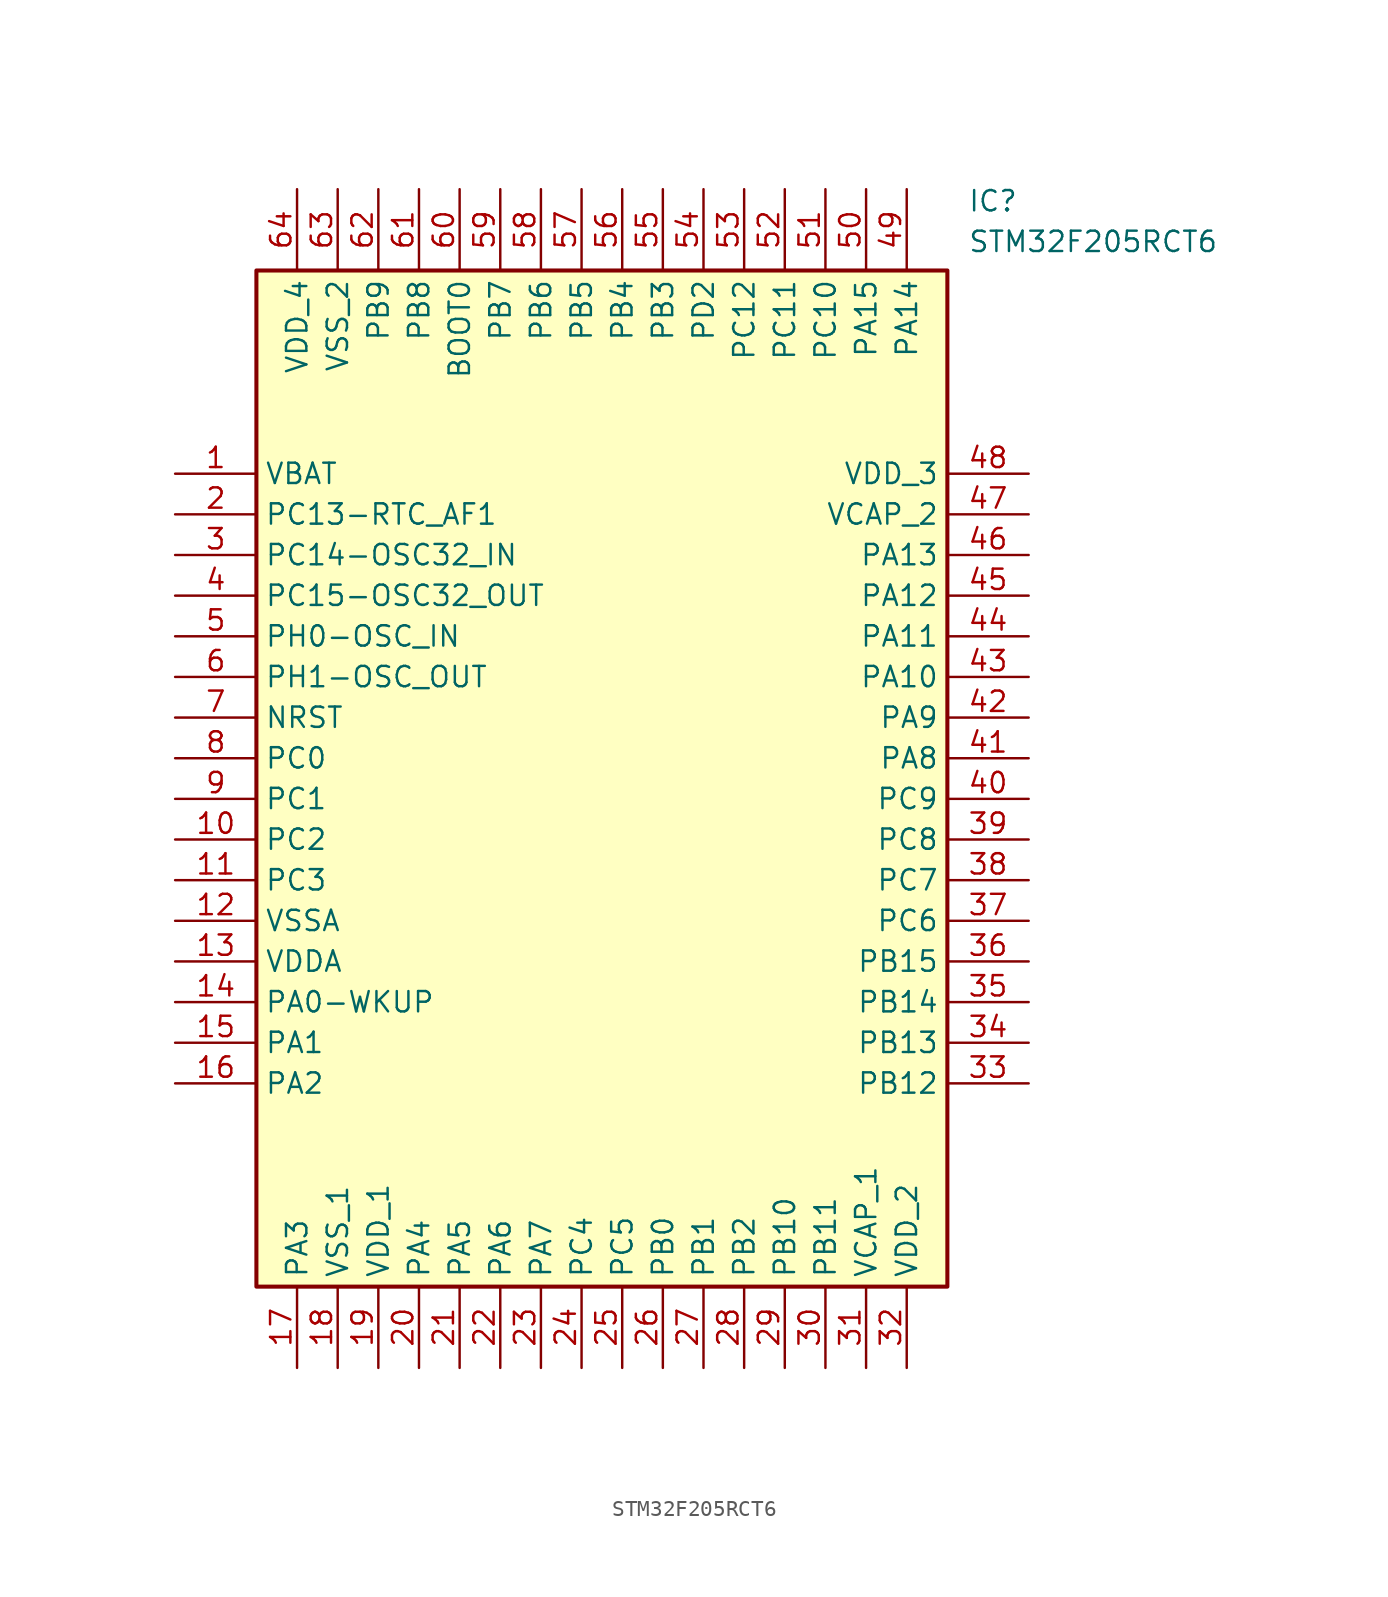
<source format=kicad_sym>
(kicad_symbol_lib
  (version 20211014)
  (generator SamacSys_ECAD_Model)
  (symbol "STM32F205RCT6"
    (property "Reference" "IC"
      (at 49.53 17.78 0)
      (effects (font (size 1.27 1.27)) (justify left top)))
    (property "Value" "STM32F205RCT6"
      (at 49.53 15.24 0)
      (effects (font (size 1.27 1.27)) (justify left top)))
    (rectangle
      (start 5.08 12.7)
      (end 48.26 -50.8)
      (stroke (width 0.254) (type default))
      (fill (type background)))
    (pin passive line
      (at 0 0 0)
      (length 5.08)
      (name "VBAT" (effects (font (size 1.27 1.27))))
      (number "1" (effects (font (size 1.27 1.27)))))
    (pin passive line
      (at 0 -2.54 0)
      (length 5.08)
      (name "PC13-RTC_AF1" (effects (font (size 1.27 1.27))))
      (number "2" (effects (font (size 1.27 1.27)))))
    (pin input line
      (at 0 -5.08 0)
      (length 5.08)
      (name "PC14-OSC32_IN" (effects (font (size 1.27 1.27))))
      (number "3" (effects (font (size 1.27 1.27)))))
    (pin output line
      (at 0 -7.62 0)
      (length 5.08)
      (name "PC15-OSC32_OUT" (effects (font (size 1.27 1.27))))
      (number "4" (effects (font (size 1.27 1.27)))))
    (pin input line
      (at 0 -10.16 0)
      (length 5.08)
      (name "PH0-OSC_IN" (effects (font (size 1.27 1.27))))
      (number "5" (effects (font (size 1.27 1.27)))))
    (pin output line
      (at 0 -12.7 0)
      (length 5.08)
      (name "PH1-OSC_OUT" (effects (font (size 1.27 1.27))))
      (number "6" (effects (font (size 1.27 1.27)))))
    (pin input line
      (at 0 -15.24 0)
      (length 5.08)
      (name "NRST" (effects (font (size 1.27 1.27))))
      (number "7" (effects (font (size 1.27 1.27)))))
    (pin passive line
      (at 0 -17.78 0)
      (length 5.08)
      (name "PC0" (effects (font (size 1.27 1.27))))
      (number "8" (effects (font (size 1.27 1.27)))))
    (pin passive line
      (at 0 -20.32 0)
      (length 5.08)
      (name "PC1" (effects (font (size 1.27 1.27))))
      (number "9" (effects (font (size 1.27 1.27)))))
    (pin passive line
      (at 0 -22.86 0)
      (length 5.08)
      (name "PC2" (effects (font (size 1.27 1.27))))
      (number "10" (effects (font (size 1.27 1.27)))))
    (pin passive line
      (at 0 -25.4 0)
      (length 5.08)
      (name "PC3" (effects (font (size 1.27 1.27))))
      (number "11" (effects (font (size 1.27 1.27)))))
    (pin power_in line
      (at 0 -27.94 0)
      (length 5.08)
      (name "VSSA" (effects (font (size 1.27 1.27))))
      (number "12" (effects (font (size 1.27 1.27)))))
    (pin power_in line
      (at 0 -30.48 0)
      (length 5.08)
      (name "VDDA" (effects (font (size 1.27 1.27))))
      (number "13" (effects (font (size 1.27 1.27)))))
    (pin passive line
      (at 0 -33.02 0)
      (length 5.08)
      (name "PA0-WKUP" (effects (font (size 1.27 1.27))))
      (number "14" (effects (font (size 1.27 1.27)))))
    (pin passive line
      (at 0 -35.56 0)
      (length 5.08)
      (name "PA1" (effects (font (size 1.27 1.27))))
      (number "15" (effects (font (size 1.27 1.27)))))
    (pin passive line
      (at 0 -38.1 0)
      (length 5.08)
      (name "PA2" (effects (font (size 1.27 1.27))))
      (number "16" (effects (font (size 1.27 1.27)))))
    (pin passive line
      (at 7.62 -55.88 90)
      (length 5.08)
      (name "PA3" (effects (font (size 1.27 1.27))))
      (number "17" (effects (font (size 1.27 1.27)))))
    (pin power_in line
      (at 10.16 -55.88 90)
      (length 5.08)
      (name "VSS_1" (effects (font (size 1.27 1.27))))
      (number "18" (effects (font (size 1.27 1.27)))))
    (pin power_in line
      (at 12.7 -55.88 90)
      (length 5.08)
      (name "VDD_1" (effects (font (size 1.27 1.27))))
      (number "19" (effects (font (size 1.27 1.27)))))
    (pin passive line
      (at 15.24 -55.88 90)
      (length 5.08)
      (name "PA4" (effects (font (size 1.27 1.27))))
      (number "20" (effects (font (size 1.27 1.27)))))
    (pin passive line
      (at 17.78 -55.88 90)
      (length 5.08)
      (name "PA5" (effects (font (size 1.27 1.27))))
      (number "21" (effects (font (size 1.27 1.27)))))
    (pin passive line
      (at 20.32 -55.88 90)
      (length 5.08)
      (name "PA6" (effects (font (size 1.27 1.27))))
      (number "22" (effects (font (size 1.27 1.27)))))
    (pin passive line
      (at 22.86 -55.88 90)
      (length 5.08)
      (name "PA7" (effects (font (size 1.27 1.27))))
      (number "23" (effects (font (size 1.27 1.27)))))
    (pin passive line
      (at 25.4 -55.88 90)
      (length 5.08)
      (name "PC4" (effects (font (size 1.27 1.27))))
      (number "24" (effects (font (size 1.27 1.27)))))
    (pin passive line
      (at 27.94 -55.88 90)
      (length 5.08)
      (name "PC5" (effects (font (size 1.27 1.27))))
      (number "25" (effects (font (size 1.27 1.27)))))
    (pin passive line
      (at 30.48 -55.88 90)
      (length 5.08)
      (name "PB0" (effects (font (size 1.27 1.27))))
      (number "26" (effects (font (size 1.27 1.27)))))
    (pin passive line
      (at 33.02 -55.88 90)
      (length 5.08)
      (name "PB1" (effects (font (size 1.27 1.27))))
      (number "27" (effects (font (size 1.27 1.27)))))
    (pin passive line
      (at 35.56 -55.88 90)
      (length 5.08)
      (name "PB2" (effects (font (size 1.27 1.27))))
      (number "28" (effects (font (size 1.27 1.27)))))
    (pin passive line
      (at 38.1 -55.88 90)
      (length 5.08)
      (name "PB10" (effects (font (size 1.27 1.27))))
      (number "29" (effects (font (size 1.27 1.27)))))
    (pin passive line
      (at 40.64 -55.88 90)
      (length 5.08)
      (name "PB11" (effects (font (size 1.27 1.27))))
      (number "30" (effects (font (size 1.27 1.27)))))
    (pin passive line
      (at 43.18 -55.88 90)
      (length 5.08)
      (name "VCAP_1" (effects (font (size 1.27 1.27))))
      (number "31" (effects (font (size 1.27 1.27)))))
    (pin power_in line
      (at 45.72 -55.88 90)
      (length 5.08)
      (name "VDD_2" (effects (font (size 1.27 1.27))))
      (number "32" (effects (font (size 1.27 1.27)))))
    (pin power_in line
      (at 53.34 0 180)
      (length 5.08)
      (name "VDD_3" (effects (font (size 1.27 1.27))))
      (number "48" (effects (font (size 1.27 1.27)))))
    (pin passive line
      (at 53.34 -2.54 180)
      (length 5.08)
      (name "VCAP_2" (effects (font (size 1.27 1.27))))
      (number "47" (effects (font (size 1.27 1.27)))))
    (pin passive line
      (at 53.34 -5.08 180)
      (length 5.08)
      (name "PA13" (effects (font (size 1.27 1.27))))
      (number "46" (effects (font (size 1.27 1.27)))))
    (pin passive line
      (at 53.34 -7.62 180)
      (length 5.08)
      (name "PA12" (effects (font (size 1.27 1.27))))
      (number "45" (effects (font (size 1.27 1.27)))))
    (pin passive line
      (at 53.34 -10.16 180)
      (length 5.08)
      (name "PA11" (effects (font (size 1.27 1.27))))
      (number "44" (effects (font (size 1.27 1.27)))))
    (pin passive line
      (at 53.34 -12.7 180)
      (length 5.08)
      (name "PA10" (effects (font (size 1.27 1.27))))
      (number "43" (effects (font (size 1.27 1.27)))))
    (pin passive line
      (at 53.34 -15.24 180)
      (length 5.08)
      (name "PA9" (effects (font (size 1.27 1.27))))
      (number "42" (effects (font (size 1.27 1.27)))))
    (pin passive line
      (at 53.34 -17.78 180)
      (length 5.08)
      (name "PA8" (effects (font (size 1.27 1.27))))
      (number "41" (effects (font (size 1.27 1.27)))))
    (pin passive line
      (at 53.34 -20.32 180)
      (length 5.08)
      (name "PC9" (effects (font (size 1.27 1.27))))
      (number "40" (effects (font (size 1.27 1.27)))))
    (pin passive line
      (at 53.34 -22.86 180)
      (length 5.08)
      (name "PC8" (effects (font (size 1.27 1.27))))
      (number "39" (effects (font (size 1.27 1.27)))))
    (pin passive line
      (at 53.34 -25.4 180)
      (length 5.08)
      (name "PC7" (effects (font (size 1.27 1.27))))
      (number "38" (effects (font (size 1.27 1.27)))))
    (pin passive line
      (at 53.34 -27.94 180)
      (length 5.08)
      (name "PC6" (effects (font (size 1.27 1.27))))
      (number "37" (effects (font (size 1.27 1.27)))))
    (pin passive line
      (at 53.34 -30.48 180)
      (length 5.08)
      (name "PB15" (effects (font (size 1.27 1.27))))
      (number "36" (effects (font (size 1.27 1.27)))))
    (pin passive line
      (at 53.34 -33.02 180)
      (length 5.08)
      (name "PB14" (effects (font (size 1.27 1.27))))
      (number "35" (effects (font (size 1.27 1.27)))))
    (pin passive line
      (at 53.34 -35.56 180)
      (length 5.08)
      (name "PB13" (effects (font (size 1.27 1.27))))
      (number "34" (effects (font (size 1.27 1.27)))))
    (pin passive line
      (at 53.34 -38.1 180)
      (length 5.08)
      (name "PB12" (effects (font (size 1.27 1.27))))
      (number "33" (effects (font (size 1.27 1.27)))))
    (pin power_in line
      (at 7.62 17.78 270)
      (length 5.08)
      (name "VDD_4" (effects (font (size 1.27 1.27))))
      (number "64" (effects (font (size 1.27 1.27)))))
    (pin power_in line
      (at 10.16 17.78 270)
      (length 5.08)
      (name "VSS_2" (effects (font (size 1.27 1.27))))
      (number "63" (effects (font (size 1.27 1.27)))))
    (pin passive line
      (at 12.7 17.78 270)
      (length 5.08)
      (name "PB9" (effects (font (size 1.27 1.27))))
      (number "62" (effects (font (size 1.27 1.27)))))
    (pin passive line
      (at 15.24 17.78 270)
      (length 5.08)
      (name "PB8" (effects (font (size 1.27 1.27))))
      (number "61" (effects (font (size 1.27 1.27)))))
    (pin passive line
      (at 17.78 17.78 270)
      (length 5.08)
      (name "BOOT0" (effects (font (size 1.27 1.27))))
      (number "60" (effects (font (size 1.27 1.27)))))
    (pin passive line
      (at 20.32 17.78 270)
      (length 5.08)
      (name "PB7" (effects (font (size 1.27 1.27))))
      (number "59" (effects (font (size 1.27 1.27)))))
    (pin passive line
      (at 22.86 17.78 270)
      (length 5.08)
      (name "PB6" (effects (font (size 1.27 1.27))))
      (number "58" (effects (font (size 1.27 1.27)))))
    (pin passive line
      (at 25.4 17.78 270)
      (length 5.08)
      (name "PB5" (effects (font (size 1.27 1.27))))
      (number "57" (effects (font (size 1.27 1.27)))))
    (pin passive line
      (at 27.94 17.78 270)
      (length 5.08)
      (name "PB4" (effects (font (size 1.27 1.27))))
      (number "56" (effects (font (size 1.27 1.27)))))
    (pin passive line
      (at 30.48 17.78 270)
      (length 5.08)
      (name "PB3" (effects (font (size 1.27 1.27))))
      (number "55" (effects (font (size 1.27 1.27)))))
    (pin passive line
      (at 33.02 17.78 270)
      (length 5.08)
      (name "PD2" (effects (font (size 1.27 1.27))))
      (number "54" (effects (font (size 1.27 1.27)))))
    (pin passive line
      (at 35.56 17.78 270)
      (length 5.08)
      (name "PC12" (effects (font (size 1.27 1.27))))
      (number "53" (effects (font (size 1.27 1.27)))))
    (pin passive line
      (at 38.1 17.78 270)
      (length 5.08)
      (name "PC11" (effects (font (size 1.27 1.27))))
      (number "52" (effects (font (size 1.27 1.27)))))
    (pin passive line
      (at 40.64 17.78 270)
      (length 5.08)
      (name "PC10" (effects (font (size 1.27 1.27))))
      (number "51" (effects (font (size 1.27 1.27)))))
    (pin passive line
      (at 43.18 17.78 270)
      (length 5.08)
      (name "PA15" (effects (font (size 1.27 1.27))))
      (number "50" (effects (font (size 1.27 1.27)))))
    (pin passive line
      (at 45.72 17.78 270)
      (length 5.08)
      (name "PA14" (effects (font (size 1.27 1.27))))
      (number "49" (effects (font (size 1.27 1.27)))))))
</source>
